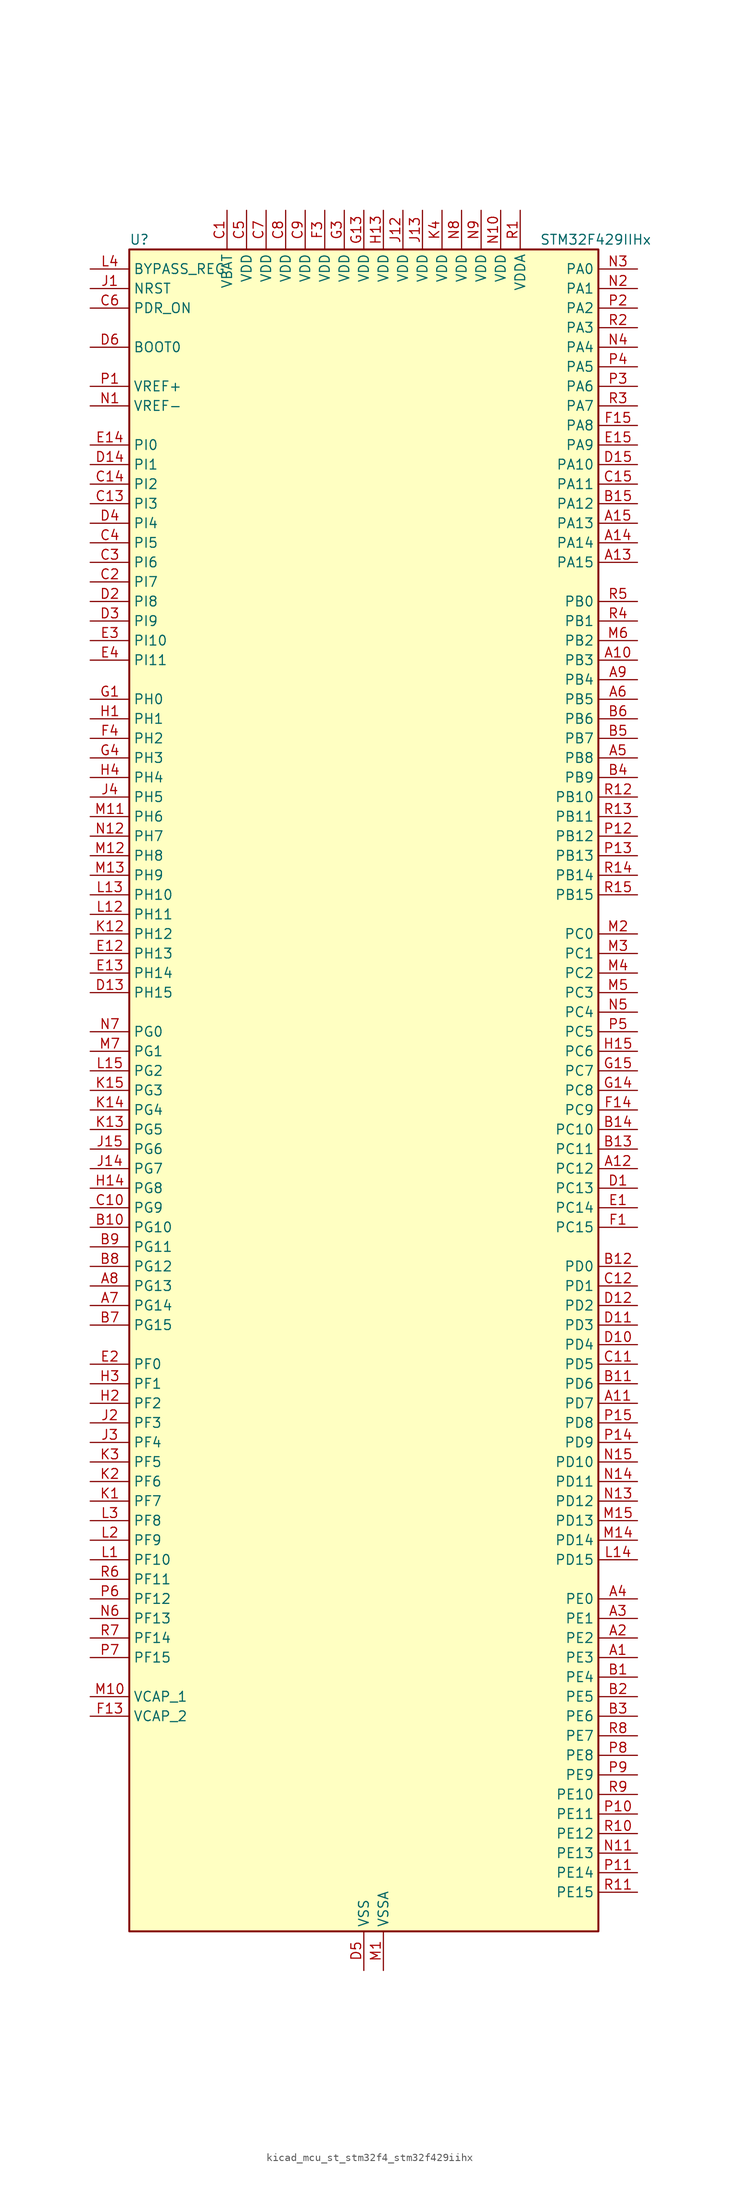
<source format=kicad_sym>
(kicad_symbol_lib
  (version 20220914)
  (generator kicad_symbol_editor)
  (symbol "kicad_mcu_st_stm32f4_stm32f429iihx"
    (property "Reference" "U"
      (at -30.48 110.49 0)
      (effects (font (size 1.27 1.27)) (justify left)))
    (property "Value" "STM32F429IIHx"
      (at 22.86 110.49 0)
      (effects (font (size 1.27 1.27)) (justify left)))
    (property "ki_locked" ""
      (at 0 0 0)
      (effects (font (size 1.27 1.27))))
    (symbol "kicad_mcu_st_stm32f4_stm32f429iihx_0_1"
      (rectangle (start -30.48 -109.22) (end 30.48 109.22) (stroke (width 0.254) (type default)) (fill (type background))))
    (symbol "kicad_mcu_st_stm32f4_stm32f429iihx_1_1"
      (pin bidirectional line (at 35.56 -73.66 180) (length 5.08) (name "PE3" (effects (font (size 1.27 1.27)))) (number "A1" (effects (font (size 1.27 1.27)))) (alternate "FMC_A19" bidirectional line) (alternate "SAI1_SD_B" bidirectional line) (alternate "SYS_TRACED0" bidirectional line))
      (pin bidirectional line (at 35.56 55.88 180) (length 5.08) (name "PB3" (effects (font (size 1.27 1.27)))) (number "A10" (effects (font (size 1.27 1.27)))) (alternate "I2S3_CK" bidirectional line) (alternate "SPI1_SCK" bidirectional line) (alternate "SPI3_SCK" bidirectional line) (alternate "SYS_JTDO-SWO" bidirectional line) (alternate "TIM2_CH2" bidirectional line))
      (pin bidirectional line (at 35.56 -40.64 180) (length 5.08) (name "PD7" (effects (font (size 1.27 1.27)))) (number "A11" (effects (font (size 1.27 1.27)))) (alternate "FMC_NCE2" bidirectional line) (alternate "FMC_NE1" bidirectional line) (alternate "USART2_CK" bidirectional line))
      (pin bidirectional line (at 35.56 -10.16 180) (length 5.08) (name "PC12" (effects (font (size 1.27 1.27)))) (number "A12" (effects (font (size 1.27 1.27)))) (alternate "DCMI_D9" bidirectional line) (alternate "I2S3_SD" bidirectional line) (alternate "SDIO_CK" bidirectional line) (alternate "SPI3_MOSI" bidirectional line) (alternate "UART5_TX" bidirectional line) (alternate "USART3_CK" bidirectional line))
      (pin bidirectional line (at 35.56 68.58 180) (length 5.08) (name "PA15" (effects (font (size 1.27 1.27)))) (number "A13" (effects (font (size 1.27 1.27)))) (alternate "ADC1_EXTI15" bidirectional line) (alternate "ADC2_EXTI15" bidirectional line) (alternate "ADC3_EXTI15" bidirectional line) (alternate "I2S3_WS" bidirectional line) (alternate "SPI1_NSS" bidirectional line) (alternate "SPI3_NSS" bidirectional line) (alternate "SYS_JTDI" bidirectional line) (alternate "TIM2_CH1" bidirectional line) (alternate "TIM2_ETR" bidirectional line))
      (pin bidirectional line (at 35.56 71.12 180) (length 5.08) (name "PA14" (effects (font (size 1.27 1.27)))) (number "A14" (effects (font (size 1.27 1.27)))) (alternate "SYS_JTCK-SWCLK" bidirectional line))
      (pin bidirectional line (at 35.56 73.66 180) (length 5.08) (name "PA13" (effects (font (size 1.27 1.27)))) (number "A15" (effects (font (size 1.27 1.27)))) (alternate "SYS_JTMS-SWDIO" bidirectional line))
      (pin bidirectional line (at 35.56 -71.12 180) (length 5.08) (name "PE2" (effects (font (size 1.27 1.27)))) (number "A2" (effects (font (size 1.27 1.27)))) (alternate "ETH_TXD3" bidirectional line) (alternate "FMC_A23" bidirectional line) (alternate "SAI1_MCLK_A" bidirectional line) (alternate "SPI4_SCK" bidirectional line) (alternate "SYS_TRACECLK" bidirectional line))
      (pin bidirectional line (at 35.56 -68.58 180) (length 5.08) (name "PE1" (effects (font (size 1.27 1.27)))) (number "A3" (effects (font (size 1.27 1.27)))) (alternate "DCMI_D3" bidirectional line) (alternate "FMC_NBL1" bidirectional line) (alternate "UART8_TX" bidirectional line))
      (pin bidirectional line (at 35.56 -66.04 180) (length 5.08) (name "PE0" (effects (font (size 1.27 1.27)))) (number "A4" (effects (font (size 1.27 1.27)))) (alternate "DCMI_D2" bidirectional line) (alternate "FMC_NBL0" bidirectional line) (alternate "TIM4_ETR" bidirectional line) (alternate "UART8_RX" bidirectional line))
      (pin bidirectional line (at 35.56 43.18 180) (length 5.08) (name "PB8" (effects (font (size 1.27 1.27)))) (number "A5" (effects (font (size 1.27 1.27)))) (alternate "CAN1_RX" bidirectional line) (alternate "DCMI_D6" bidirectional line) (alternate "ETH_TXD3" bidirectional line) (alternate "I2C1_SCL" bidirectional line) (alternate "LTDC_B6" bidirectional line) (alternate "SDIO_D4" bidirectional line) (alternate "TIM10_CH1" bidirectional line) (alternate "TIM4_CH3" bidirectional line))
      (pin bidirectional line (at 35.56 50.8 180) (length 5.08) (name "PB5" (effects (font (size 1.27 1.27)))) (number "A6" (effects (font (size 1.27 1.27)))) (alternate "CAN2_RX" bidirectional line) (alternate "DCMI_D10" bidirectional line) (alternate "ETH_PPS_OUT" bidirectional line) (alternate "FMC_SDCKE1" bidirectional line) (alternate "I2C1_SMBA" bidirectional line) (alternate "I2S3_SD" bidirectional line) (alternate "SPI1_MOSI" bidirectional line) (alternate "SPI3_MOSI" bidirectional line) (alternate "TIM3_CH2" bidirectional line) (alternate "USB_OTG_HS_ULPI_D7" bidirectional line))
      (pin bidirectional line (at -35.56 -27.94 0) (length 5.08) (name "PG14" (effects (font (size 1.27 1.27)))) (number "A7" (effects (font (size 1.27 1.27)))) (alternate "ETH_TXD1" bidirectional line) (alternate "FMC_A25" bidirectional line) (alternate "SPI6_MOSI" bidirectional line) (alternate "USART6_TX" bidirectional line))
      (pin bidirectional line (at -35.56 -25.4 0) (length 5.08) (name "PG13" (effects (font (size 1.27 1.27)))) (number "A8" (effects (font (size 1.27 1.27)))) (alternate "ETH_TXD0" bidirectional line) (alternate "FMC_A24" bidirectional line) (alternate "SPI6_SCK" bidirectional line) (alternate "USART6_CTS" bidirectional line))
      (pin bidirectional line (at 35.56 53.34 180) (length 5.08) (name "PB4" (effects (font (size 1.27 1.27)))) (number "A9" (effects (font (size 1.27 1.27)))) (alternate "I2S3_ext_SD" bidirectional line) (alternate "SPI1_MISO" bidirectional line) (alternate "SPI3_MISO" bidirectional line) (alternate "SYS_JTRST" bidirectional line) (alternate "TIM3_CH1" bidirectional line))
      (pin bidirectional line (at 35.56 -76.2 180) (length 5.08) (name "PE4" (effects (font (size 1.27 1.27)))) (number "B1" (effects (font (size 1.27 1.27)))) (alternate "DCMI_D4" bidirectional line) (alternate "FMC_A20" bidirectional line) (alternate "LTDC_B0" bidirectional line) (alternate "SAI1_FS_A" bidirectional line) (alternate "SPI4_NSS" bidirectional line) (alternate "SYS_TRACED1" bidirectional line))
      (pin bidirectional line (at -35.56 -17.78 0) (length 5.08) (name "PG10" (effects (font (size 1.27 1.27)))) (number "B10" (effects (font (size 1.27 1.27)))) (alternate "DCMI_D2" bidirectional line) (alternate "FMC_NCE4_1" bidirectional line) (alternate "FMC_NE3" bidirectional line) (alternate "LTDC_B2" bidirectional line) (alternate "LTDC_G3" bidirectional line))
      (pin bidirectional line (at 35.56 -38.1 180) (length 5.08) (name "PD6" (effects (font (size 1.27 1.27)))) (number "B11" (effects (font (size 1.27 1.27)))) (alternate "DCMI_D10" bidirectional line) (alternate "FMC_NWAIT" bidirectional line) (alternate "I2S3_SD" bidirectional line) (alternate "LTDC_B2" bidirectional line) (alternate "SAI1_SD_A" bidirectional line) (alternate "SPI3_MOSI" bidirectional line) (alternate "USART2_RX" bidirectional line))
      (pin bidirectional line (at 35.56 -22.86 180) (length 5.08) (name "PD0" (effects (font (size 1.27 1.27)))) (number "B12" (effects (font (size 1.27 1.27)))) (alternate "CAN1_RX" bidirectional line) (alternate "FMC_D2" bidirectional line) (alternate "FMC_DA2" bidirectional line))
      (pin bidirectional line (at 35.56 -7.62 180) (length 5.08) (name "PC11" (effects (font (size 1.27 1.27)))) (number "B13" (effects (font (size 1.27 1.27)))) (alternate "ADC1_EXTI11" bidirectional line) (alternate "ADC2_EXTI11" bidirectional line) (alternate "ADC3_EXTI11" bidirectional line) (alternate "DCMI_D4" bidirectional line) (alternate "I2S3_ext_SD" bidirectional line) (alternate "SDIO_D3" bidirectional line) (alternate "SPI3_MISO" bidirectional line) (alternate "UART4_RX" bidirectional line) (alternate "USART3_RX" bidirectional line))
      (pin bidirectional line (at 35.56 -5.08 180) (length 5.08) (name "PC10" (effects (font (size 1.27 1.27)))) (number "B14" (effects (font (size 1.27 1.27)))) (alternate "DCMI_D8" bidirectional line) (alternate "I2S3_CK" bidirectional line) (alternate "LTDC_R2" bidirectional line) (alternate "SDIO_D2" bidirectional line) (alternate "SPI3_SCK" bidirectional line) (alternate "UART4_TX" bidirectional line) (alternate "USART3_TX" bidirectional line))
      (pin bidirectional line (at 35.56 76.2 180) (length 5.08) (name "PA12" (effects (font (size 1.27 1.27)))) (number "B15" (effects (font (size 1.27 1.27)))) (alternate "CAN1_TX" bidirectional line) (alternate "LTDC_R5" bidirectional line) (alternate "TIM1_ETR" bidirectional line) (alternate "USART1_RTS" bidirectional line) (alternate "USB_OTG_FS_DP" bidirectional line))
      (pin bidirectional line (at 35.56 -78.74 180) (length 5.08) (name "PE5" (effects (font (size 1.27 1.27)))) (number "B2" (effects (font (size 1.27 1.27)))) (alternate "DCMI_D6" bidirectional line) (alternate "FMC_A21" bidirectional line) (alternate "LTDC_G0" bidirectional line) (alternate "SAI1_SCK_A" bidirectional line) (alternate "SPI4_MISO" bidirectional line) (alternate "SYS_TRACED2" bidirectional line) (alternate "TIM9_CH1" bidirectional line))
      (pin bidirectional line (at 35.56 -81.28 180) (length 5.08) (name "PE6" (effects (font (size 1.27 1.27)))) (number "B3" (effects (font (size 1.27 1.27)))) (alternate "DCMI_D7" bidirectional line) (alternate "FMC_A22" bidirectional line) (alternate "LTDC_G1" bidirectional line) (alternate "SAI1_SD_A" bidirectional line) (alternate "SPI4_MOSI" bidirectional line) (alternate "SYS_TRACED3" bidirectional line) (alternate "TIM9_CH2" bidirectional line))
      (pin bidirectional line (at 35.56 40.64 180) (length 5.08) (name "PB9" (effects (font (size 1.27 1.27)))) (number "B4" (effects (font (size 1.27 1.27)))) (alternate "CAN1_TX" bidirectional line) (alternate "DAC_EXTI9" bidirectional line) (alternate "DCMI_D7" bidirectional line) (alternate "I2C1_SDA" bidirectional line) (alternate "I2S2_WS" bidirectional line) (alternate "LTDC_B7" bidirectional line) (alternate "SDIO_D5" bidirectional line) (alternate "SPI2_NSS" bidirectional line) (alternate "TIM11_CH1" bidirectional line) (alternate "TIM4_CH4" bidirectional line))
      (pin bidirectional line (at 35.56 45.72 180) (length 5.08) (name "PB7" (effects (font (size 1.27 1.27)))) (number "B5" (effects (font (size 1.27 1.27)))) (alternate "DCMI_VSYNC" bidirectional line) (alternate "FMC_NL" bidirectional line) (alternate "I2C1_SDA" bidirectional line) (alternate "TIM4_CH2" bidirectional line) (alternate "USART1_RX" bidirectional line))
      (pin bidirectional line (at 35.56 48.26 180) (length 5.08) (name "PB6" (effects (font (size 1.27 1.27)))) (number "B6" (effects (font (size 1.27 1.27)))) (alternate "CAN2_TX" bidirectional line) (alternate "DCMI_D5" bidirectional line) (alternate "FMC_SDNE1" bidirectional line) (alternate "I2C1_SCL" bidirectional line) (alternate "TIM4_CH1" bidirectional line) (alternate "USART1_TX" bidirectional line))
      (pin bidirectional line (at -35.56 -30.48 0) (length 5.08) (name "PG15" (effects (font (size 1.27 1.27)))) (number "B7" (effects (font (size 1.27 1.27)))) (alternate "ADC1_EXTI15" bidirectional line) (alternate "ADC2_EXTI15" bidirectional line) (alternate "ADC3_EXTI15" bidirectional line) (alternate "DCMI_D13" bidirectional line) (alternate "FMC_SDNCAS" bidirectional line) (alternate "USART6_CTS" bidirectional line))
      (pin bidirectional line (at -35.56 -22.86 0) (length 5.08) (name "PG12" (effects (font (size 1.27 1.27)))) (number "B8" (effects (font (size 1.27 1.27)))) (alternate "FMC_NE4" bidirectional line) (alternate "LTDC_B1" bidirectional line) (alternate "LTDC_B4" bidirectional line) (alternate "SPI6_MISO" bidirectional line) (alternate "USART6_RTS" bidirectional line))
      (pin bidirectional line (at -35.56 -20.32 0) (length 5.08) (name "PG11" (effects (font (size 1.27 1.27)))) (number "B9" (effects (font (size 1.27 1.27)))) (alternate "ADC1_EXTI11" bidirectional line) (alternate "ADC2_EXTI11" bidirectional line) (alternate "ADC3_EXTI11" bidirectional line) (alternate "DCMI_D3" bidirectional line) (alternate "ETH_TX_EN" bidirectional line) (alternate "FMC_NCE4_2" bidirectional line) (alternate "LTDC_B3" bidirectional line))
      (pin power_in line (at -17.78 114.3 270) (length 5.08) (name "VBAT" (effects (font (size 1.27 1.27)))) (number "C1" (effects (font (size 1.27 1.27)))))
      (pin bidirectional line (at -35.56 -15.24 0) (length 5.08) (name "PG9" (effects (font (size 1.27 1.27)))) (number "C10" (effects (font (size 1.27 1.27)))) (alternate "DAC_EXTI9" bidirectional line) (alternate "DCMI_VSYNC" bidirectional line) (alternate "FMC_NCE3" bidirectional line) (alternate "FMC_NE2" bidirectional line) (alternate "USART6_RX" bidirectional line))
      (pin bidirectional line (at 35.56 -35.56 180) (length 5.08) (name "PD5" (effects (font (size 1.27 1.27)))) (number "C11" (effects (font (size 1.27 1.27)))) (alternate "FMC_NWE" bidirectional line) (alternate "USART2_TX" bidirectional line))
      (pin bidirectional line (at 35.56 -25.4 180) (length 5.08) (name "PD1" (effects (font (size 1.27 1.27)))) (number "C12" (effects (font (size 1.27 1.27)))) (alternate "CAN1_TX" bidirectional line) (alternate "FMC_D3" bidirectional line) (alternate "FMC_DA3" bidirectional line))
      (pin bidirectional line (at -35.56 76.2 0) (length 5.08) (name "PI3" (effects (font (size 1.27 1.27)))) (number "C13" (effects (font (size 1.27 1.27)))) (alternate "DCMI_D10" bidirectional line) (alternate "FMC_D27" bidirectional line) (alternate "I2S2_SD" bidirectional line) (alternate "SPI2_MOSI" bidirectional line) (alternate "TIM8_ETR" bidirectional line))
      (pin bidirectional line (at -35.56 78.74 0) (length 5.08) (name "PI2" (effects (font (size 1.27 1.27)))) (number "C14" (effects (font (size 1.27 1.27)))) (alternate "DCMI_D9" bidirectional line) (alternate "FMC_D26" bidirectional line) (alternate "I2S2_ext_SD" bidirectional line) (alternate "LTDC_G7" bidirectional line) (alternate "SPI2_MISO" bidirectional line) (alternate "TIM8_CH4" bidirectional line))
      (pin bidirectional line (at 35.56 78.74 180) (length 5.08) (name "PA11" (effects (font (size 1.27 1.27)))) (number "C15" (effects (font (size 1.27 1.27)))) (alternate "ADC1_EXTI11" bidirectional line) (alternate "ADC2_EXTI11" bidirectional line) (alternate "ADC3_EXTI11" bidirectional line) (alternate "CAN1_RX" bidirectional line) (alternate "LTDC_R4" bidirectional line) (alternate "TIM1_CH4" bidirectional line) (alternate "USART1_CTS" bidirectional line) (alternate "USB_OTG_FS_DM" bidirectional line))
      (pin bidirectional line (at -35.56 66.04 0) (length 5.08) (name "PI7" (effects (font (size 1.27 1.27)))) (number "C2" (effects (font (size 1.27 1.27)))) (alternate "DCMI_D7" bidirectional line) (alternate "FMC_D29" bidirectional line) (alternate "LTDC_B7" bidirectional line) (alternate "TIM8_CH3" bidirectional line))
      (pin bidirectional line (at -35.56 68.58 0) (length 5.08) (name "PI6" (effects (font (size 1.27 1.27)))) (number "C3" (effects (font (size 1.27 1.27)))) (alternate "DCMI_D6" bidirectional line) (alternate "FMC_D28" bidirectional line) (alternate "LTDC_B6" bidirectional line) (alternate "TIM8_CH2" bidirectional line))
      (pin bidirectional line (at -35.56 71.12 0) (length 5.08) (name "PI5" (effects (font (size 1.27 1.27)))) (number "C4" (effects (font (size 1.27 1.27)))) (alternate "DCMI_VSYNC" bidirectional line) (alternate "FMC_NBL3" bidirectional line) (alternate "LTDC_B5" bidirectional line) (alternate "TIM8_CH1" bidirectional line))
      (pin power_in line (at -15.24 114.3 270) (length 5.08) (name "VDD" (effects (font (size 1.27 1.27)))) (number "C5" (effects (font (size 1.27 1.27)))))
      (pin input line (at -35.56 101.6 0) (length 5.08) (name "PDR_ON" (effects (font (size 1.27 1.27)))) (number "C6" (effects (font (size 1.27 1.27)))))
      (pin power_in line (at -12.7 114.3 270) (length 5.08) (name "VDD" (effects (font (size 1.27 1.27)))) (number "C7" (effects (font (size 1.27 1.27)))))
      (pin power_in line (at -10.16 114.3 270) (length 5.08) (name "VDD" (effects (font (size 1.27 1.27)))) (number "C8" (effects (font (size 1.27 1.27)))))
      (pin power_in line (at -7.62 114.3 270) (length 5.08) (name "VDD" (effects (font (size 1.27 1.27)))) (number "C9" (effects (font (size 1.27 1.27)))))
      (pin bidirectional line (at 35.56 -12.7 180) (length 5.08) (name "PC13" (effects (font (size 1.27 1.27)))) (number "D1" (effects (font (size 1.27 1.27)))) (alternate "RTC_AF1" bidirectional line))
      (pin bidirectional line (at 35.56 -33.02 180) (length 5.08) (name "PD4" (effects (font (size 1.27 1.27)))) (number "D10" (effects (font (size 1.27 1.27)))) (alternate "FMC_NOE" bidirectional line) (alternate "USART2_RTS" bidirectional line))
      (pin bidirectional line (at 35.56 -30.48 180) (length 5.08) (name "PD3" (effects (font (size 1.27 1.27)))) (number "D11" (effects (font (size 1.27 1.27)))) (alternate "DCMI_D5" bidirectional line) (alternate "FMC_CLK" bidirectional line) (alternate "I2S2_CK" bidirectional line) (alternate "LTDC_G7" bidirectional line) (alternate "SPI2_SCK" bidirectional line) (alternate "USART2_CTS" bidirectional line))
      (pin bidirectional line (at 35.56 -27.94 180) (length 5.08) (name "PD2" (effects (font (size 1.27 1.27)))) (number "D12" (effects (font (size 1.27 1.27)))) (alternate "DCMI_D11" bidirectional line) (alternate "SDIO_CMD" bidirectional line) (alternate "TIM3_ETR" bidirectional line) (alternate "UART5_RX" bidirectional line))
      (pin bidirectional line (at -35.56 12.7 0) (length 5.08) (name "PH15" (effects (font (size 1.27 1.27)))) (number "D13" (effects (font (size 1.27 1.27)))) (alternate "ADC1_EXTI15" bidirectional line) (alternate "ADC2_EXTI15" bidirectional line) (alternate "ADC3_EXTI15" bidirectional line) (alternate "DCMI_D11" bidirectional line) (alternate "FMC_D23" bidirectional line) (alternate "LTDC_G4" bidirectional line) (alternate "TIM8_CH3N" bidirectional line))
      (pin bidirectional line (at -35.56 81.28 0) (length 5.08) (name "PI1" (effects (font (size 1.27 1.27)))) (number "D14" (effects (font (size 1.27 1.27)))) (alternate "DCMI_D8" bidirectional line) (alternate "FMC_D25" bidirectional line) (alternate "I2S2_CK" bidirectional line) (alternate "LTDC_G6" bidirectional line) (alternate "SPI2_SCK" bidirectional line))
      (pin bidirectional line (at 35.56 81.28 180) (length 5.08) (name "PA10" (effects (font (size 1.27 1.27)))) (number "D15" (effects (font (size 1.27 1.27)))) (alternate "DCMI_D1" bidirectional line) (alternate "TIM1_CH3" bidirectional line) (alternate "USART1_RX" bidirectional line) (alternate "USB_OTG_FS_ID" bidirectional line))
      (pin bidirectional line (at -35.56 63.5 0) (length 5.08) (name "PI8" (effects (font (size 1.27 1.27)))) (number "D2" (effects (font (size 1.27 1.27)))) (alternate "RTC_AF2" bidirectional line))
      (pin bidirectional line (at -35.56 60.96 0) (length 5.08) (name "PI9" (effects (font (size 1.27 1.27)))) (number "D3" (effects (font (size 1.27 1.27)))) (alternate "CAN1_RX" bidirectional line) (alternate "DAC_EXTI9" bidirectional line) (alternate "FMC_D30" bidirectional line) (alternate "LTDC_VSYNC" bidirectional line))
      (pin bidirectional line (at -35.56 73.66 0) (length 5.08) (name "PI4" (effects (font (size 1.27 1.27)))) (number "D4" (effects (font (size 1.27 1.27)))) (alternate "DCMI_D5" bidirectional line) (alternate "FMC_NBL2" bidirectional line) (alternate "LTDC_B4" bidirectional line) (alternate "TIM8_BKIN" bidirectional line))
      (pin power_in line (at 0 -114.3 90) (length 5.08) (name "VSS" (effects (font (size 1.27 1.27)))) (number "D5" (effects (font (size 1.27 1.27)))))
      (pin input line (at -35.56 96.52 0) (length 5.08) (name "BOOT0" (effects (font (size 1.27 1.27)))) (number "D6" (effects (font (size 1.27 1.27)))))
      (pin passive line (at 0 -114.3 90) (length 5.08) hide (name "VSS" (effects (font (size 1.27 1.27)))) (number "D7" (effects (font (size 1.27 1.27)))))
      (pin passive line (at 0 -114.3 90) (length 5.08) hide (name "VSS" (effects (font (size 1.27 1.27)))) (number "D8" (effects (font (size 1.27 1.27)))))
      (pin passive line (at 0 -114.3 90) (length 5.08) hide (name "VSS" (effects (font (size 1.27 1.27)))) (number "D9" (effects (font (size 1.27 1.27)))))
      (pin bidirectional line (at 35.56 -15.24 180) (length 5.08) (name "PC14" (effects (font (size 1.27 1.27)))) (number "E1" (effects (font (size 1.27 1.27)))) (alternate "RCC_OSC32_IN" bidirectional line))
      (pin bidirectional line (at -35.56 17.78 0) (length 5.08) (name "PH13" (effects (font (size 1.27 1.27)))) (number "E12" (effects (font (size 1.27 1.27)))) (alternate "CAN1_TX" bidirectional line) (alternate "FMC_D21" bidirectional line) (alternate "LTDC_G2" bidirectional line) (alternate "TIM8_CH1N" bidirectional line))
      (pin bidirectional line (at -35.56 15.24 0) (length 5.08) (name "PH14" (effects (font (size 1.27 1.27)))) (number "E13" (effects (font (size 1.27 1.27)))) (alternate "DCMI_D4" bidirectional line) (alternate "FMC_D22" bidirectional line) (alternate "LTDC_G3" bidirectional line) (alternate "TIM8_CH2N" bidirectional line))
      (pin bidirectional line (at -35.56 83.82 0) (length 5.08) (name "PI0" (effects (font (size 1.27 1.27)))) (number "E14" (effects (font (size 1.27 1.27)))) (alternate "DCMI_D13" bidirectional line) (alternate "FMC_D24" bidirectional line) (alternate "I2S2_WS" bidirectional line) (alternate "LTDC_G5" bidirectional line) (alternate "SPI2_NSS" bidirectional line) (alternate "TIM5_CH4" bidirectional line))
      (pin bidirectional line (at 35.56 83.82 180) (length 5.08) (name "PA9" (effects (font (size 1.27 1.27)))) (number "E15" (effects (font (size 1.27 1.27)))) (alternate "DAC_EXTI9" bidirectional line) (alternate "DCMI_D0" bidirectional line) (alternate "I2C3_SMBA" bidirectional line) (alternate "TIM1_CH2" bidirectional line) (alternate "USART1_TX" bidirectional line) (alternate "USB_OTG_FS_VBUS" bidirectional line))
      (pin bidirectional line (at -35.56 -35.56 0) (length 5.08) (name "PF0" (effects (font (size 1.27 1.27)))) (number "E2" (effects (font (size 1.27 1.27)))) (alternate "FMC_A0" bidirectional line) (alternate "I2C2_SDA" bidirectional line))
      (pin bidirectional line (at -35.56 58.42 0) (length 5.08) (name "PI10" (effects (font (size 1.27 1.27)))) (number "E3" (effects (font (size 1.27 1.27)))) (alternate "ETH_RX_ER" bidirectional line) (alternate "FMC_D31" bidirectional line) (alternate "LTDC_HSYNC" bidirectional line))
      (pin bidirectional line (at -35.56 55.88 0) (length 5.08) (name "PI11" (effects (font (size 1.27 1.27)))) (number "E4" (effects (font (size 1.27 1.27)))) (alternate "ADC1_EXTI11" bidirectional line) (alternate "ADC2_EXTI11" bidirectional line) (alternate "ADC3_EXTI11" bidirectional line) (alternate "USB_OTG_HS_ULPI_DIR" bidirectional line))
      (pin bidirectional line (at 35.56 -17.78 180) (length 5.08) (name "PC15" (effects (font (size 1.27 1.27)))) (number "F1" (effects (font (size 1.27 1.27)))) (alternate "ADC1_EXTI15" bidirectional line) (alternate "ADC2_EXTI15" bidirectional line) (alternate "ADC3_EXTI15" bidirectional line) (alternate "RCC_OSC32_OUT" bidirectional line))
      (pin passive line (at 0 -114.3 90) (length 5.08) hide (name "VSS" (effects (font (size 1.27 1.27)))) (number "F10" (effects (font (size 1.27 1.27)))))
      (pin passive line (at 0 -114.3 90) (length 5.08) hide (name "VSS" (effects (font (size 1.27 1.27)))) (number "F12" (effects (font (size 1.27 1.27)))))
      (pin power_out line (at -35.56 -81.28 0) (length 5.08) (name "VCAP_2" (effects (font (size 1.27 1.27)))) (number "F13" (effects (font (size 1.27 1.27)))))
      (pin bidirectional line (at 35.56 -2.54 180) (length 5.08) (name "PC9" (effects (font (size 1.27 1.27)))) (number "F14" (effects (font (size 1.27 1.27)))) (alternate "DAC_EXTI9" bidirectional line) (alternate "DCMI_D3" bidirectional line) (alternate "I2C3_SDA" bidirectional line) (alternate "I2S_CKIN" bidirectional line) (alternate "RCC_MCO_2" bidirectional line) (alternate "SDIO_D1" bidirectional line) (alternate "TIM3_CH4" bidirectional line) (alternate "TIM8_CH4" bidirectional line))
      (pin bidirectional line (at 35.56 86.36 180) (length 5.08) (name "PA8" (effects (font (size 1.27 1.27)))) (number "F15" (effects (font (size 1.27 1.27)))) (alternate "I2C3_SCL" bidirectional line) (alternate "LTDC_R6" bidirectional line) (alternate "RCC_MCO_1" bidirectional line) (alternate "TIM1_CH1" bidirectional line) (alternate "USART1_CK" bidirectional line) (alternate "USB_OTG_FS_SOF" bidirectional line))
      (pin passive line (at 0 -114.3 90) (length 5.08) hide (name "VSS" (effects (font (size 1.27 1.27)))) (number "F2" (effects (font (size 1.27 1.27)))))
      (pin power_in line (at -5.08 114.3 270) (length 5.08) (name "VDD" (effects (font (size 1.27 1.27)))) (number "F3" (effects (font (size 1.27 1.27)))))
      (pin bidirectional line (at -35.56 45.72 0) (length 5.08) (name "PH2" (effects (font (size 1.27 1.27)))) (number "F4" (effects (font (size 1.27 1.27)))) (alternate "ETH_CRS" bidirectional line) (alternate "FMC_SDCKE0" bidirectional line) (alternate "LTDC_R0" bidirectional line))
      (pin passive line (at 0 -114.3 90) (length 5.08) hide (name "VSS" (effects (font (size 1.27 1.27)))) (number "F6" (effects (font (size 1.27 1.27)))))
      (pin passive line (at 0 -114.3 90) (length 5.08) hide (name "VSS" (effects (font (size 1.27 1.27)))) (number "F7" (effects (font (size 1.27 1.27)))))
      (pin passive line (at 0 -114.3 90) (length 5.08) hide (name "VSS" (effects (font (size 1.27 1.27)))) (number "F8" (effects (font (size 1.27 1.27)))))
      (pin passive line (at 0 -114.3 90) (length 5.08) hide (name "VSS" (effects (font (size 1.27 1.27)))) (number "F9" (effects (font (size 1.27 1.27)))))
      (pin bidirectional line (at -35.56 50.8 0) (length 5.08) (name "PH0" (effects (font (size 1.27 1.27)))) (number "G1" (effects (font (size 1.27 1.27)))) (alternate "RCC_OSC_IN" bidirectional line))
      (pin passive line (at 0 -114.3 90) (length 5.08) hide (name "VSS" (effects (font (size 1.27 1.27)))) (number "G10" (effects (font (size 1.27 1.27)))))
      (pin passive line (at 0 -114.3 90) (length 5.08) hide (name "VSS" (effects (font (size 1.27 1.27)))) (number "G12" (effects (font (size 1.27 1.27)))))
      (pin power_in line (at 0 114.3 270) (length 5.08) (name "VDD" (effects (font (size 1.27 1.27)))) (number "G13" (effects (font (size 1.27 1.27)))))
      (pin bidirectional line (at 35.56 0 180) (length 5.08) (name "PC8" (effects (font (size 1.27 1.27)))) (number "G14" (effects (font (size 1.27 1.27)))) (alternate "DCMI_D2" bidirectional line) (alternate "SDIO_D0" bidirectional line) (alternate "TIM3_CH3" bidirectional line) (alternate "TIM8_CH3" bidirectional line) (alternate "USART6_CK" bidirectional line))
      (pin bidirectional line (at 35.56 2.54 180) (length 5.08) (name "PC7" (effects (font (size 1.27 1.27)))) (number "G15" (effects (font (size 1.27 1.27)))) (alternate "DCMI_D1" bidirectional line) (alternate "I2S3_MCK" bidirectional line) (alternate "LTDC_G6" bidirectional line) (alternate "SDIO_D7" bidirectional line) (alternate "TIM3_CH2" bidirectional line) (alternate "TIM8_CH2" bidirectional line) (alternate "USART6_RX" bidirectional line))
      (pin passive line (at 0 -114.3 90) (length 5.08) hide (name "VSS" (effects (font (size 1.27 1.27)))) (number "G2" (effects (font (size 1.27 1.27)))))
      (pin power_in line (at -2.54 114.3 270) (length 5.08) (name "VDD" (effects (font (size 1.27 1.27)))) (number "G3" (effects (font (size 1.27 1.27)))))
      (pin bidirectional line (at -35.56 43.18 0) (length 5.08) (name "PH3" (effects (font (size 1.27 1.27)))) (number "G4" (effects (font (size 1.27 1.27)))) (alternate "ETH_COL" bidirectional line) (alternate "FMC_SDNE0" bidirectional line) (alternate "LTDC_R1" bidirectional line))
      (pin passive line (at 0 -114.3 90) (length 5.08) hide (name "VSS" (effects (font (size 1.27 1.27)))) (number "G6" (effects (font (size 1.27 1.27)))))
      (pin passive line (at 0 -114.3 90) (length 5.08) hide (name "VSS" (effects (font (size 1.27 1.27)))) (number "G7" (effects (font (size 1.27 1.27)))))
      (pin passive line (at 0 -114.3 90) (length 5.08) hide (name "VSS" (effects (font (size 1.27 1.27)))) (number "G8" (effects (font (size 1.27 1.27)))))
      (pin passive line (at 0 -114.3 90) (length 5.08) hide (name "VSS" (effects (font (size 1.27 1.27)))) (number "G9" (effects (font (size 1.27 1.27)))))
      (pin bidirectional line (at -35.56 48.26 0) (length 5.08) (name "PH1" (effects (font (size 1.27 1.27)))) (number "H1" (effects (font (size 1.27 1.27)))) (alternate "RCC_OSC_OUT" bidirectional line))
      (pin passive line (at 0 -114.3 90) (length 5.08) hide (name "VSS" (effects (font (size 1.27 1.27)))) (number "H10" (effects (font (size 1.27 1.27)))))
      (pin passive line (at 0 -114.3 90) (length 5.08) hide (name "VSS" (effects (font (size 1.27 1.27)))) (number "H12" (effects (font (size 1.27 1.27)))))
      (pin power_in line (at 2.54 114.3 270) (length 5.08) (name "VDD" (effects (font (size 1.27 1.27)))) (number "H13" (effects (font (size 1.27 1.27)))))
      (pin bidirectional line (at -35.56 -12.7 0) (length 5.08) (name "PG8" (effects (font (size 1.27 1.27)))) (number "H14" (effects (font (size 1.27 1.27)))) (alternate "ETH_PPS_OUT" bidirectional line) (alternate "FMC_SDCLK" bidirectional line) (alternate "SPI6_NSS" bidirectional line) (alternate "USART6_RTS" bidirectional line))
      (pin bidirectional line (at 35.56 5.08 180) (length 5.08) (name "PC6" (effects (font (size 1.27 1.27)))) (number "H15" (effects (font (size 1.27 1.27)))) (alternate "DCMI_D0" bidirectional line) (alternate "I2S2_MCK" bidirectional line) (alternate "LTDC_HSYNC" bidirectional line) (alternate "SDIO_D6" bidirectional line) (alternate "TIM3_CH1" bidirectional line) (alternate "TIM8_CH1" bidirectional line) (alternate "USART6_TX" bidirectional line))
      (pin bidirectional line (at -35.56 -40.64 0) (length 5.08) (name "PF2" (effects (font (size 1.27 1.27)))) (number "H2" (effects (font (size 1.27 1.27)))) (alternate "FMC_A2" bidirectional line) (alternate "I2C2_SMBA" bidirectional line))
      (pin bidirectional line (at -35.56 -38.1 0) (length 5.08) (name "PF1" (effects (font (size 1.27 1.27)))) (number "H3" (effects (font (size 1.27 1.27)))) (alternate "FMC_A1" bidirectional line) (alternate "I2C2_SCL" bidirectional line))
      (pin bidirectional line (at -35.56 40.64 0) (length 5.08) (name "PH4" (effects (font (size 1.27 1.27)))) (number "H4" (effects (font (size 1.27 1.27)))) (alternate "I2C2_SCL" bidirectional line) (alternate "USB_OTG_HS_ULPI_NXT" bidirectional line))
      (pin passive line (at 0 -114.3 90) (length 5.08) hide (name "VSS" (effects (font (size 1.27 1.27)))) (number "H6" (effects (font (size 1.27 1.27)))))
      (pin passive line (at 0 -114.3 90) (length 5.08) hide (name "VSS" (effects (font (size 1.27 1.27)))) (number "H7" (effects (font (size 1.27 1.27)))))
      (pin passive line (at 0 -114.3 90) (length 5.08) hide (name "VSS" (effects (font (size 1.27 1.27)))) (number "H8" (effects (font (size 1.27 1.27)))))
      (pin passive line (at 0 -114.3 90) (length 5.08) hide (name "VSS" (effects (font (size 1.27 1.27)))) (number "H9" (effects (font (size 1.27 1.27)))))
      (pin input line (at -35.56 104.14 0) (length 5.08) (name "NRST" (effects (font (size 1.27 1.27)))) (number "J1" (effects (font (size 1.27 1.27)))))
      (pin passive line (at 0 -114.3 90) (length 5.08) hide (name "VSS" (effects (font (size 1.27 1.27)))) (number "J10" (effects (font (size 1.27 1.27)))))
      (pin power_in line (at 5.08 114.3 270) (length 5.08) (name "VDD" (effects (font (size 1.27 1.27)))) (number "J12" (effects (font (size 1.27 1.27)))))
      (pin power_in line (at 7.62 114.3 270) (length 5.08) (name "VDD" (effects (font (size 1.27 1.27)))) (number "J13" (effects (font (size 1.27 1.27)))))
      (pin bidirectional line (at -35.56 -10.16 0) (length 5.08) (name "PG7" (effects (font (size 1.27 1.27)))) (number "J14" (effects (font (size 1.27 1.27)))) (alternate "DCMI_D13" bidirectional line) (alternate "FMC_INT3" bidirectional line) (alternate "LTDC_CLK" bidirectional line) (alternate "USART6_CK" bidirectional line))
      (pin bidirectional line (at -35.56 -7.62 0) (length 5.08) (name "PG6" (effects (font (size 1.27 1.27)))) (number "J15" (effects (font (size 1.27 1.27)))) (alternate "DCMI_D12" bidirectional line) (alternate "FMC_INT2" bidirectional line) (alternate "LTDC_R7" bidirectional line))
      (pin bidirectional line (at -35.56 -43.18 0) (length 5.08) (name "PF3" (effects (font (size 1.27 1.27)))) (number "J2" (effects (font (size 1.27 1.27)))) (alternate "ADC3_IN9" bidirectional line) (alternate "FMC_A3" bidirectional line))
      (pin bidirectional line (at -35.56 -45.72 0) (length 5.08) (name "PF4" (effects (font (size 1.27 1.27)))) (number "J3" (effects (font (size 1.27 1.27)))) (alternate "ADC3_IN14" bidirectional line) (alternate "FMC_A4" bidirectional line))
      (pin bidirectional line (at -35.56 38.1 0) (length 5.08) (name "PH5" (effects (font (size 1.27 1.27)))) (number "J4" (effects (font (size 1.27 1.27)))) (alternate "FMC_SDNWE" bidirectional line) (alternate "I2C2_SDA" bidirectional line) (alternate "SPI5_NSS" bidirectional line))
      (pin passive line (at 0 -114.3 90) (length 5.08) hide (name "VSS" (effects (font (size 1.27 1.27)))) (number "J6" (effects (font (size 1.27 1.27)))))
      (pin passive line (at 0 -114.3 90) (length 5.08) hide (name "VSS" (effects (font (size 1.27 1.27)))) (number "J7" (effects (font (size 1.27 1.27)))))
      (pin passive line (at 0 -114.3 90) (length 5.08) hide (name "VSS" (effects (font (size 1.27 1.27)))) (number "J8" (effects (font (size 1.27 1.27)))))
      (pin passive line (at 0 -114.3 90) (length 5.08) hide (name "VSS" (effects (font (size 1.27 1.27)))) (number "J9" (effects (font (size 1.27 1.27)))))
      (pin bidirectional line (at -35.56 -53.34 0) (length 5.08) (name "PF7" (effects (font (size 1.27 1.27)))) (number "K1" (effects (font (size 1.27 1.27)))) (alternate "ADC3_IN5" bidirectional line) (alternate "FMC_NREG" bidirectional line) (alternate "SAI1_MCLK_B" bidirectional line) (alternate "SPI5_SCK" bidirectional line) (alternate "TIM11_CH1" bidirectional line) (alternate "UART7_TX" bidirectional line))
      (pin passive line (at 0 -114.3 90) (length 5.08) hide (name "VSS" (effects (font (size 1.27 1.27)))) (number "K10" (effects (font (size 1.27 1.27)))))
      (pin bidirectional line (at -35.56 20.32 0) (length 5.08) (name "PH12" (effects (font (size 1.27 1.27)))) (number "K12" (effects (font (size 1.27 1.27)))) (alternate "DCMI_D3" bidirectional line) (alternate "FMC_D20" bidirectional line) (alternate "LTDC_R6" bidirectional line) (alternate "TIM5_CH3" bidirectional line))
      (pin bidirectional line (at -35.56 -5.08 0) (length 5.08) (name "PG5" (effects (font (size 1.27 1.27)))) (number "K13" (effects (font (size 1.27 1.27)))) (alternate "FMC_A15" bidirectional line) (alternate "FMC_BA1" bidirectional line))
      (pin bidirectional line (at -35.56 -2.54 0) (length 5.08) (name "PG4" (effects (font (size 1.27 1.27)))) (number "K14" (effects (font (size 1.27 1.27)))) (alternate "FMC_A14" bidirectional line) (alternate "FMC_BA0" bidirectional line))
      (pin bidirectional line (at -35.56 0 0) (length 5.08) (name "PG3" (effects (font (size 1.27 1.27)))) (number "K15" (effects (font (size 1.27 1.27)))) (alternate "FMC_A13" bidirectional line))
      (pin bidirectional line (at -35.56 -50.8 0) (length 5.08) (name "PF6" (effects (font (size 1.27 1.27)))) (number "K2" (effects (font (size 1.27 1.27)))) (alternate "ADC3_IN4" bidirectional line) (alternate "FMC_NIORD" bidirectional line) (alternate "SAI1_SD_B" bidirectional line) (alternate "SPI5_NSS" bidirectional line) (alternate "TIM10_CH1" bidirectional line) (alternate "UART7_RX" bidirectional line))
      (pin bidirectional line (at -35.56 -48.26 0) (length 5.08) (name "PF5" (effects (font (size 1.27 1.27)))) (number "K3" (effects (font (size 1.27 1.27)))) (alternate "ADC3_IN15" bidirectional line) (alternate "FMC_A5" bidirectional line))
      (pin power_in line (at 10.16 114.3 270) (length 5.08) (name "VDD" (effects (font (size 1.27 1.27)))) (number "K4" (effects (font (size 1.27 1.27)))))
      (pin passive line (at 0 -114.3 90) (length 5.08) hide (name "VSS" (effects (font (size 1.27 1.27)))) (number "K6" (effects (font (size 1.27 1.27)))))
      (pin passive line (at 0 -114.3 90) (length 5.08) hide (name "VSS" (effects (font (size 1.27 1.27)))) (number "K7" (effects (font (size 1.27 1.27)))))
      (pin passive line (at 0 -114.3 90) (length 5.08) hide (name "VSS" (effects (font (size 1.27 1.27)))) (number "K8" (effects (font (size 1.27 1.27)))))
      (pin passive line (at 0 -114.3 90) (length 5.08) hide (name "VSS" (effects (font (size 1.27 1.27)))) (number "K9" (effects (font (size 1.27 1.27)))))
      (pin bidirectional line (at -35.56 -60.96 0) (length 5.08) (name "PF10" (effects (font (size 1.27 1.27)))) (number "L1" (effects (font (size 1.27 1.27)))) (alternate "ADC3_IN8" bidirectional line) (alternate "DCMI_D11" bidirectional line) (alternate "FMC_INTR" bidirectional line) (alternate "LTDC_DE" bidirectional line))
      (pin bidirectional line (at -35.56 22.86 0) (length 5.08) (name "PH11" (effects (font (size 1.27 1.27)))) (number "L12" (effects (font (size 1.27 1.27)))) (alternate "ADC1_EXTI11" bidirectional line) (alternate "ADC2_EXTI11" bidirectional line) (alternate "ADC3_EXTI11" bidirectional line) (alternate "DCMI_D2" bidirectional line) (alternate "FMC_D19" bidirectional line) (alternate "LTDC_R5" bidirectional line) (alternate "TIM5_CH2" bidirectional line))
      (pin bidirectional line (at -35.56 25.4 0) (length 5.08) (name "PH10" (effects (font (size 1.27 1.27)))) (number "L13" (effects (font (size 1.27 1.27)))) (alternate "DCMI_D1" bidirectional line) (alternate "FMC_D18" bidirectional line) (alternate "LTDC_R4" bidirectional line) (alternate "TIM5_CH1" bidirectional line))
      (pin bidirectional line (at 35.56 -60.96 180) (length 5.08) (name "PD15" (effects (font (size 1.27 1.27)))) (number "L14" (effects (font (size 1.27 1.27)))) (alternate "ADC1_EXTI15" bidirectional line) (alternate "ADC2_EXTI15" bidirectional line) (alternate "ADC3_EXTI15" bidirectional line) (alternate "FMC_D1" bidirectional line) (alternate "FMC_DA1" bidirectional line) (alternate "TIM4_CH4" bidirectional line))
      (pin bidirectional line (at -35.56 2.54 0) (length 5.08) (name "PG2" (effects (font (size 1.27 1.27)))) (number "L15" (effects (font (size 1.27 1.27)))) (alternate "FMC_A12" bidirectional line))
      (pin bidirectional line (at -35.56 -58.42 0) (length 5.08) (name "PF9" (effects (font (size 1.27 1.27)))) (number "L2" (effects (font (size 1.27 1.27)))) (alternate "ADC3_IN7" bidirectional line) (alternate "DAC_EXTI9" bidirectional line) (alternate "FMC_CD" bidirectional line) (alternate "SAI1_FS_B" bidirectional line) (alternate "SPI5_MOSI" bidirectional line) (alternate "TIM14_CH1" bidirectional line))
      (pin bidirectional line (at -35.56 -55.88 0) (length 5.08) (name "PF8" (effects (font (size 1.27 1.27)))) (number "L3" (effects (font (size 1.27 1.27)))) (alternate "ADC3_IN6" bidirectional line) (alternate "FMC_NIOWR" bidirectional line) (alternate "SAI1_SCK_B" bidirectional line) (alternate "SPI5_MISO" bidirectional line) (alternate "TIM13_CH1" bidirectional line))
      (pin input line (at -35.56 106.68 0) (length 5.08) (name "BYPASS_REG" (effects (font (size 1.27 1.27)))) (number "L4" (effects (font (size 1.27 1.27)))))
      (pin power_in line (at 2.54 -114.3 90) (length 5.08) (name "VSSA" (effects (font (size 1.27 1.27)))) (number "M1" (effects (font (size 1.27 1.27)))))
      (pin power_out line (at -35.56 -78.74 0) (length 5.08) (name "VCAP_1" (effects (font (size 1.27 1.27)))) (number "M10" (effects (font (size 1.27 1.27)))))
      (pin bidirectional line (at -35.56 35.56 0) (length 5.08) (name "PH6" (effects (font (size 1.27 1.27)))) (number "M11" (effects (font (size 1.27 1.27)))) (alternate "DCMI_D8" bidirectional line) (alternate "ETH_RXD2" bidirectional line) (alternate "FMC_SDNE1" bidirectional line) (alternate "I2C2_SMBA" bidirectional line) (alternate "SPI5_SCK" bidirectional line) (alternate "TIM12_CH1" bidirectional line))
      (pin bidirectional line (at -35.56 30.48 0) (length 5.08) (name "PH8" (effects (font (size 1.27 1.27)))) (number "M12" (effects (font (size 1.27 1.27)))) (alternate "DCMI_HSYNC" bidirectional line) (alternate "FMC_D16" bidirectional line) (alternate "I2C3_SDA" bidirectional line) (alternate "LTDC_R2" bidirectional line))
      (pin bidirectional line (at -35.56 27.94 0) (length 5.08) (name "PH9" (effects (font (size 1.27 1.27)))) (number "M13" (effects (font (size 1.27 1.27)))) (alternate "DAC_EXTI9" bidirectional line) (alternate "DCMI_D0" bidirectional line) (alternate "FMC_D17" bidirectional line) (alternate "I2C3_SMBA" bidirectional line) (alternate "LTDC_R3" bidirectional line) (alternate "TIM12_CH2" bidirectional line))
      (pin bidirectional line (at 35.56 -58.42 180) (length 5.08) (name "PD14" (effects (font (size 1.27 1.27)))) (number "M14" (effects (font (size 1.27 1.27)))) (alternate "FMC_D0" bidirectional line) (alternate "FMC_DA0" bidirectional line) (alternate "TIM4_CH3" bidirectional line))
      (pin bidirectional line (at 35.56 -55.88 180) (length 5.08) (name "PD13" (effects (font (size 1.27 1.27)))) (number "M15" (effects (font (size 1.27 1.27)))) (alternate "FMC_A18" bidirectional line) (alternate "TIM4_CH2" bidirectional line))
      (pin bidirectional line (at 35.56 20.32 180) (length 5.08) (name "PC0" (effects (font (size 1.27 1.27)))) (number "M2" (effects (font (size 1.27 1.27)))) (alternate "ADC1_IN10" bidirectional line) (alternate "ADC2_IN10" bidirectional line) (alternate "ADC3_IN10" bidirectional line) (alternate "FMC_SDNWE" bidirectional line) (alternate "USB_OTG_HS_ULPI_STP" bidirectional line))
      (pin bidirectional line (at 35.56 17.78 180) (length 5.08) (name "PC1" (effects (font (size 1.27 1.27)))) (number "M3" (effects (font (size 1.27 1.27)))) (alternate "ADC1_IN11" bidirectional line) (alternate "ADC2_IN11" bidirectional line) (alternate "ADC3_IN11" bidirectional line) (alternate "ETH_MDC" bidirectional line))
      (pin bidirectional line (at 35.56 15.24 180) (length 5.08) (name "PC2" (effects (font (size 1.27 1.27)))) (number "M4" (effects (font (size 1.27 1.27)))) (alternate "ADC1_IN12" bidirectional line) (alternate "ADC2_IN12" bidirectional line) (alternate "ADC3_IN12" bidirectional line) (alternate "ETH_TXD2" bidirectional line) (alternate "FMC_SDNE0" bidirectional line) (alternate "I2S2_ext_SD" bidirectional line) (alternate "SPI2_MISO" bidirectional line) (alternate "USB_OTG_HS_ULPI_DIR" bidirectional line))
      (pin bidirectional line (at 35.56 12.7 180) (length 5.08) (name "PC3" (effects (font (size 1.27 1.27)))) (number "M5" (effects (font (size 1.27 1.27)))) (alternate "ADC1_IN13" bidirectional line) (alternate "ADC2_IN13" bidirectional line) (alternate "ADC3_IN13" bidirectional line) (alternate "ETH_TX_CLK" bidirectional line) (alternate "FMC_SDCKE0" bidirectional line) (alternate "I2S2_SD" bidirectional line) (alternate "SPI2_MOSI" bidirectional line) (alternate "USB_OTG_HS_ULPI_NXT" bidirectional line))
      (pin bidirectional line (at 35.56 58.42 180) (length 5.08) (name "PB2" (effects (font (size 1.27 1.27)))) (number "M6" (effects (font (size 1.27 1.27)))))
      (pin bidirectional line (at -35.56 5.08 0) (length 5.08) (name "PG1" (effects (font (size 1.27 1.27)))) (number "M7" (effects (font (size 1.27 1.27)))) (alternate "FMC_A11" bidirectional line))
      (pin passive line (at 0 -114.3 90) (length 5.08) hide (name "VSS" (effects (font (size 1.27 1.27)))) (number "M8" (effects (font (size 1.27 1.27)))))
      (pin passive line (at 0 -114.3 90) (length 5.08) hide (name "VSS" (effects (font (size 1.27 1.27)))) (number "M9" (effects (font (size 1.27 1.27)))))
      (pin input line (at -35.56 88.9 0) (length 5.08) (name "VREF-" (effects (font (size 1.27 1.27)))) (number "N1" (effects (font (size 1.27 1.27)))))
      (pin power_in line (at 17.78 114.3 270) (length 5.08) (name "VDD" (effects (font (size 1.27 1.27)))) (number "N10" (effects (font (size 1.27 1.27)))))
      (pin bidirectional line (at 35.56 -99.06 180) (length 5.08) (name "PE13" (effects (font (size 1.27 1.27)))) (number "N11" (effects (font (size 1.27 1.27)))) (alternate "FMC_D10" bidirectional line) (alternate "FMC_DA10" bidirectional line) (alternate "LTDC_DE" bidirectional line) (alternate "SPI4_MISO" bidirectional line) (alternate "TIM1_CH3" bidirectional line))
      (pin bidirectional line (at -35.56 33.02 0) (length 5.08) (name "PH7" (effects (font (size 1.27 1.27)))) (number "N12" (effects (font (size 1.27 1.27)))) (alternate "DCMI_D9" bidirectional line) (alternate "ETH_RXD3" bidirectional line) (alternate "FMC_SDCKE1" bidirectional line) (alternate "I2C3_SCL" bidirectional line) (alternate "SPI5_MISO" bidirectional line))
      (pin bidirectional line (at 35.56 -53.34 180) (length 5.08) (name "PD12" (effects (font (size 1.27 1.27)))) (number "N13" (effects (font (size 1.27 1.27)))) (alternate "FMC_A17" bidirectional line) (alternate "FMC_ALE" bidirectional line) (alternate "TIM4_CH1" bidirectional line) (alternate "USART3_RTS" bidirectional line))
      (pin bidirectional line (at 35.56 -50.8 180) (length 5.08) (name "PD11" (effects (font (size 1.27 1.27)))) (number "N14" (effects (font (size 1.27 1.27)))) (alternate "ADC1_EXTI11" bidirectional line) (alternate "ADC2_EXTI11" bidirectional line) (alternate "ADC3_EXTI11" bidirectional line) (alternate "FMC_A16" bidirectional line) (alternate "FMC_CLE" bidirectional line) (alternate "USART3_CTS" bidirectional line))
      (pin bidirectional line (at 35.56 -48.26 180) (length 5.08) (name "PD10" (effects (font (size 1.27 1.27)))) (number "N15" (effects (font (size 1.27 1.27)))) (alternate "FMC_D15" bidirectional line) (alternate "FMC_DA15" bidirectional line) (alternate "LTDC_B3" bidirectional line) (alternate "USART3_CK" bidirectional line))
      (pin bidirectional line (at 35.56 104.14 180) (length 5.08) (name "PA1" (effects (font (size 1.27 1.27)))) (number "N2" (effects (font (size 1.27 1.27)))) (alternate "ADC1_IN1" bidirectional line) (alternate "ADC2_IN1" bidirectional line) (alternate "ADC3_IN1" bidirectional line) (alternate "ETH_REF_CLK" bidirectional line) (alternate "ETH_RX_CLK" bidirectional line) (alternate "TIM2_CH2" bidirectional line) (alternate "TIM5_CH2" bidirectional line) (alternate "UART4_RX" bidirectional line) (alternate "USART2_RTS" bidirectional line))
      (pin bidirectional line (at 35.56 106.68 180) (length 5.08) (name "PA0" (effects (font (size 1.27 1.27)))) (number "N3" (effects (font (size 1.27 1.27)))) (alternate "ADC1_IN0" bidirectional line) (alternate "ADC2_IN0" bidirectional line) (alternate "ADC3_IN0" bidirectional line) (alternate "ETH_CRS" bidirectional line) (alternate "SYS_WKUP" bidirectional line) (alternate "TIM2_CH1" bidirectional line) (alternate "TIM2_ETR" bidirectional line) (alternate "TIM5_CH1" bidirectional line) (alternate "TIM8_ETR" bidirectional line) (alternate "UART4_TX" bidirectional line) (alternate "USART2_CTS" bidirectional line))
      (pin bidirectional line (at 35.56 96.52 180) (length 5.08) (name "PA4" (effects (font (size 1.27 1.27)))) (number "N4" (effects (font (size 1.27 1.27)))) (alternate "ADC1_IN4" bidirectional line) (alternate "ADC2_IN4" bidirectional line) (alternate "DAC_OUT1" bidirectional line) (alternate "DCMI_HSYNC" bidirectional line) (alternate "I2S3_WS" bidirectional line) (alternate "LTDC_VSYNC" bidirectional line) (alternate "SPI1_NSS" bidirectional line) (alternate "SPI3_NSS" bidirectional line) (alternate "USART2_CK" bidirectional line) (alternate "USB_OTG_HS_SOF" bidirectional line))
      (pin bidirectional line (at 35.56 10.16 180) (length 5.08) (name "PC4" (effects (font (size 1.27 1.27)))) (number "N5" (effects (font (size 1.27 1.27)))) (alternate "ADC1_IN14" bidirectional line) (alternate "ADC2_IN14" bidirectional line) (alternate "ETH_RXD0" bidirectional line))
      (pin bidirectional line (at -35.56 -68.58 0) (length 5.08) (name "PF13" (effects (font (size 1.27 1.27)))) (number "N6" (effects (font (size 1.27 1.27)))) (alternate "FMC_A7" bidirectional line))
      (pin bidirectional line (at -35.56 7.62 0) (length 5.08) (name "PG0" (effects (font (size 1.27 1.27)))) (number "N7" (effects (font (size 1.27 1.27)))) (alternate "FMC_A10" bidirectional line))
      (pin power_in line (at 12.7 114.3 270) (length 5.08) (name "VDD" (effects (font (size 1.27 1.27)))) (number "N8" (effects (font (size 1.27 1.27)))))
      (pin power_in line (at 15.24 114.3 270) (length 5.08) (name "VDD" (effects (font (size 1.27 1.27)))) (number "N9" (effects (font (size 1.27 1.27)))))
      (pin input line (at -35.56 91.44 0) (length 5.08) (name "VREF+" (effects (font (size 1.27 1.27)))) (number "P1" (effects (font (size 1.27 1.27)))))
      (pin bidirectional line (at 35.56 -93.98 180) (length 5.08) (name "PE11" (effects (font (size 1.27 1.27)))) (number "P10" (effects (font (size 1.27 1.27)))) (alternate "ADC1_EXTI11" bidirectional line) (alternate "ADC2_EXTI11" bidirectional line) (alternate "ADC3_EXTI11" bidirectional line) (alternate "FMC_D8" bidirectional line) (alternate "FMC_DA8" bidirectional line) (alternate "LTDC_G3" bidirectional line) (alternate "SPI4_NSS" bidirectional line) (alternate "TIM1_CH2" bidirectional line))
      (pin bidirectional line (at 35.56 -101.6 180) (length 5.08) (name "PE14" (effects (font (size 1.27 1.27)))) (number "P11" (effects (font (size 1.27 1.27)))) (alternate "FMC_D11" bidirectional line) (alternate "FMC_DA11" bidirectional line) (alternate "LTDC_CLK" bidirectional line) (alternate "SPI4_MOSI" bidirectional line) (alternate "TIM1_CH4" bidirectional line))
      (pin bidirectional line (at 35.56 33.02 180) (length 5.08) (name "PB12" (effects (font (size 1.27 1.27)))) (number "P12" (effects (font (size 1.27 1.27)))) (alternate "CAN2_RX" bidirectional line) (alternate "ETH_TXD0" bidirectional line) (alternate "I2C2_SMBA" bidirectional line) (alternate "I2S2_WS" bidirectional line) (alternate "SPI2_NSS" bidirectional line) (alternate "TIM1_BKIN" bidirectional line) (alternate "USART3_CK" bidirectional line) (alternate "USB_OTG_HS_ID" bidirectional line) (alternate "USB_OTG_HS_ULPI_D5" bidirectional line))
      (pin bidirectional line (at 35.56 30.48 180) (length 5.08) (name "PB13" (effects (font (size 1.27 1.27)))) (number "P13" (effects (font (size 1.27 1.27)))) (alternate "CAN2_TX" bidirectional line) (alternate "ETH_TXD1" bidirectional line) (alternate "I2S2_CK" bidirectional line) (alternate "SPI2_SCK" bidirectional line) (alternate "TIM1_CH1N" bidirectional line) (alternate "USART3_CTS" bidirectional line) (alternate "USB_OTG_HS_ULPI_D6" bidirectional line) (alternate "USB_OTG_HS_VBUS" bidirectional line))
      (pin bidirectional line (at 35.56 -45.72 180) (length 5.08) (name "PD9" (effects (font (size 1.27 1.27)))) (number "P14" (effects (font (size 1.27 1.27)))) (alternate "DAC_EXTI9" bidirectional line) (alternate "FMC_D14" bidirectional line) (alternate "FMC_DA14" bidirectional line) (alternate "USART3_RX" bidirectional line))
      (pin bidirectional line (at 35.56 -43.18 180) (length 5.08) (name "PD8" (effects (font (size 1.27 1.27)))) (number "P15" (effects (font (size 1.27 1.27)))) (alternate "FMC_D13" bidirectional line) (alternate "FMC_DA13" bidirectional line) (alternate "USART3_TX" bidirectional line))
      (pin bidirectional line (at 35.56 101.6 180) (length 5.08) (name "PA2" (effects (font (size 1.27 1.27)))) (number "P2" (effects (font (size 1.27 1.27)))) (alternate "ADC1_IN2" bidirectional line) (alternate "ADC2_IN2" bidirectional line) (alternate "ADC3_IN2" bidirectional line) (alternate "ETH_MDIO" bidirectional line) (alternate "TIM2_CH3" bidirectional line) (alternate "TIM5_CH3" bidirectional line) (alternate "TIM9_CH1" bidirectional line) (alternate "USART2_TX" bidirectional line))
      (pin bidirectional line (at 35.56 91.44 180) (length 5.08) (name "PA6" (effects (font (size 1.27 1.27)))) (number "P3" (effects (font (size 1.27 1.27)))) (alternate "ADC1_IN6" bidirectional line) (alternate "ADC2_IN6" bidirectional line) (alternate "DCMI_PIXCLK" bidirectional line) (alternate "LTDC_G2" bidirectional line) (alternate "SPI1_MISO" bidirectional line) (alternate "TIM13_CH1" bidirectional line) (alternate "TIM1_BKIN" bidirectional line) (alternate "TIM3_CH1" bidirectional line) (alternate "TIM8_BKIN" bidirectional line))
      (pin bidirectional line (at 35.56 93.98 180) (length 5.08) (name "PA5" (effects (font (size 1.27 1.27)))) (number "P4" (effects (font (size 1.27 1.27)))) (alternate "ADC1_IN5" bidirectional line) (alternate "ADC2_IN5" bidirectional line) (alternate "DAC_OUT2" bidirectional line) (alternate "SPI1_SCK" bidirectional line) (alternate "TIM2_CH1" bidirectional line) (alternate "TIM2_ETR" bidirectional line) (alternate "TIM8_CH1N" bidirectional line) (alternate "USB_OTG_HS_ULPI_CK" bidirectional line))
      (pin bidirectional line (at 35.56 7.62 180) (length 5.08) (name "PC5" (effects (font (size 1.27 1.27)))) (number "P5" (effects (font (size 1.27 1.27)))) (alternate "ADC1_IN15" bidirectional line) (alternate "ADC2_IN15" bidirectional line) (alternate "ETH_RXD1" bidirectional line))
      (pin bidirectional line (at -35.56 -66.04 0) (length 5.08) (name "PF12" (effects (font (size 1.27 1.27)))) (number "P6" (effects (font (size 1.27 1.27)))) (alternate "FMC_A6" bidirectional line))
      (pin bidirectional line (at -35.56 -73.66 0) (length 5.08) (name "PF15" (effects (font (size 1.27 1.27)))) (number "P7" (effects (font (size 1.27 1.27)))) (alternate "ADC1_EXTI15" bidirectional line) (alternate "ADC2_EXTI15" bidirectional line) (alternate "ADC3_EXTI15" bidirectional line) (alternate "FMC_A9" bidirectional line))
      (pin bidirectional line (at 35.56 -86.36 180) (length 5.08) (name "PE8" (effects (font (size 1.27 1.27)))) (number "P8" (effects (font (size 1.27 1.27)))) (alternate "FMC_D5" bidirectional line) (alternate "FMC_DA5" bidirectional line) (alternate "TIM1_CH1N" bidirectional line) (alternate "UART7_TX" bidirectional line))
      (pin bidirectional line (at 35.56 -88.9 180) (length 5.08) (name "PE9" (effects (font (size 1.27 1.27)))) (number "P9" (effects (font (size 1.27 1.27)))) (alternate "DAC_EXTI9" bidirectional line) (alternate "FMC_D6" bidirectional line) (alternate "FMC_DA6" bidirectional line) (alternate "TIM1_CH1" bidirectional line))
      (pin power_in line (at 20.32 114.3 270) (length 5.08) (name "VDDA" (effects (font (size 1.27 1.27)))) (number "R1" (effects (font (size 1.27 1.27)))))
      (pin bidirectional line (at 35.56 -96.52 180) (length 5.08) (name "PE12" (effects (font (size 1.27 1.27)))) (number "R10" (effects (font (size 1.27 1.27)))) (alternate "FMC_D9" bidirectional line) (alternate "FMC_DA9" bidirectional line) (alternate "LTDC_B4" bidirectional line) (alternate "SPI4_SCK" bidirectional line) (alternate "TIM1_CH3N" bidirectional line))
      (pin bidirectional line (at 35.56 -104.14 180) (length 5.08) (name "PE15" (effects (font (size 1.27 1.27)))) (number "R11" (effects (font (size 1.27 1.27)))) (alternate "ADC1_EXTI15" bidirectional line) (alternate "ADC2_EXTI15" bidirectional line) (alternate "ADC3_EXTI15" bidirectional line) (alternate "FMC_D12" bidirectional line) (alternate "FMC_DA12" bidirectional line) (alternate "LTDC_R7" bidirectional line) (alternate "TIM1_BKIN" bidirectional line))
      (pin bidirectional line (at 35.56 38.1 180) (length 5.08) (name "PB10" (effects (font (size 1.27 1.27)))) (number "R12" (effects (font (size 1.27 1.27)))) (alternate "ETH_RX_ER" bidirectional line) (alternate "I2C2_SCL" bidirectional line) (alternate "I2S2_CK" bidirectional line) (alternate "LTDC_G4" bidirectional line) (alternate "SPI2_SCK" bidirectional line) (alternate "TIM2_CH3" bidirectional line) (alternate "USART3_TX" bidirectional line) (alternate "USB_OTG_HS_ULPI_D3" bidirectional line))
      (pin bidirectional line (at 35.56 35.56 180) (length 5.08) (name "PB11" (effects (font (size 1.27 1.27)))) (number "R13" (effects (font (size 1.27 1.27)))) (alternate "ADC1_EXTI11" bidirectional line) (alternate "ADC2_EXTI11" bidirectional line) (alternate "ADC3_EXTI11" bidirectional line) (alternate "ETH_TX_EN" bidirectional line) (alternate "I2C2_SDA" bidirectional line) (alternate "LTDC_G5" bidirectional line) (alternate "TIM2_CH4" bidirectional line) (alternate "USART3_RX" bidirectional line) (alternate "USB_OTG_HS_ULPI_D4" bidirectional line))
      (pin bidirectional line (at 35.56 27.94 180) (length 5.08) (name "PB14" (effects (font (size 1.27 1.27)))) (number "R14" (effects (font (size 1.27 1.27)))) (alternate "I2S2_ext_SD" bidirectional line) (alternate "SPI2_MISO" bidirectional line) (alternate "TIM12_CH1" bidirectional line) (alternate "TIM1_CH2N" bidirectional line) (alternate "TIM8_CH2N" bidirectional line) (alternate "USART3_RTS" bidirectional line) (alternate "USB_OTG_HS_DM" bidirectional line))
      (pin bidirectional line (at 35.56 25.4 180) (length 5.08) (name "PB15" (effects (font (size 1.27 1.27)))) (number "R15" (effects (font (size 1.27 1.27)))) (alternate "ADC1_EXTI15" bidirectional line) (alternate "ADC2_EXTI15" bidirectional line) (alternate "ADC3_EXTI15" bidirectional line) (alternate "I2S2_SD" bidirectional line) (alternate "RTC_REFIN" bidirectional line) (alternate "SPI2_MOSI" bidirectional line) (alternate "TIM12_CH2" bidirectional line) (alternate "TIM1_CH3N" bidirectional line) (alternate "TIM8_CH3N" bidirectional line) (alternate "USB_OTG_HS_DP" bidirectional line))
      (pin bidirectional line (at 35.56 99.06 180) (length 5.08) (name "PA3" (effects (font (size 1.27 1.27)))) (number "R2" (effects (font (size 1.27 1.27)))) (alternate "ADC1_IN3" bidirectional line) (alternate "ADC2_IN3" bidirectional line) (alternate "ADC3_IN3" bidirectional line) (alternate "ETH_COL" bidirectional line) (alternate "LTDC_B5" bidirectional line) (alternate "TIM2_CH4" bidirectional line) (alternate "TIM5_CH4" bidirectional line) (alternate "TIM9_CH2" bidirectional line) (alternate "USART2_RX" bidirectional line) (alternate "USB_OTG_HS_ULPI_D0" bidirectional line))
      (pin bidirectional line (at 35.56 88.9 180) (length 5.08) (name "PA7" (effects (font (size 1.27 1.27)))) (number "R3" (effects (font (size 1.27 1.27)))) (alternate "ADC1_IN7" bidirectional line) (alternate "ADC2_IN7" bidirectional line) (alternate "ETH_CRS_DV" bidirectional line) (alternate "ETH_RX_DV" bidirectional line) (alternate "SPI1_MOSI" bidirectional line) (alternate "TIM14_CH1" bidirectional line) (alternate "TIM1_CH1N" bidirectional line) (alternate "TIM3_CH2" bidirectional line) (alternate "TIM8_CH1N" bidirectional line))
      (pin bidirectional line (at 35.56 60.96 180) (length 5.08) (name "PB1" (effects (font (size 1.27 1.27)))) (number "R4" (effects (font (size 1.27 1.27)))) (alternate "ADC1_IN9" bidirectional line) (alternate "ADC2_IN9" bidirectional line) (alternate "ETH_RXD3" bidirectional line) (alternate "LTDC_R6" bidirectional line) (alternate "TIM1_CH3N" bidirectional line) (alternate "TIM3_CH4" bidirectional line) (alternate "TIM8_CH3N" bidirectional line) (alternate "USB_OTG_HS_ULPI_D2" bidirectional line))
      (pin bidirectional line (at 35.56 63.5 180) (length 5.08) (name "PB0" (effects (font (size 1.27 1.27)))) (number "R5" (effects (font (size 1.27 1.27)))) (alternate "ADC1_IN8" bidirectional line) (alternate "ADC2_IN8" bidirectional line) (alternate "ETH_RXD2" bidirectional line) (alternate "LTDC_R3" bidirectional line) (alternate "TIM1_CH2N" bidirectional line) (alternate "TIM3_CH3" bidirectional line) (alternate "TIM8_CH2N" bidirectional line) (alternate "USB_OTG_HS_ULPI_D1" bidirectional line))
      (pin bidirectional line (at -35.56 -63.5 0) (length 5.08) (name "PF11" (effects (font (size 1.27 1.27)))) (number "R6" (effects (font (size 1.27 1.27)))) (alternate "ADC1_EXTI11" bidirectional line) (alternate "ADC2_EXTI11" bidirectional line) (alternate "ADC3_EXTI11" bidirectional line) (alternate "DCMI_D12" bidirectional line) (alternate "FMC_SDNRAS" bidirectional line) (alternate "SPI5_MOSI" bidirectional line))
      (pin bidirectional line (at -35.56 -71.12 0) (length 5.08) (name "PF14" (effects (font (size 1.27 1.27)))) (number "R7" (effects (font (size 1.27 1.27)))) (alternate "FMC_A8" bidirectional line))
      (pin bidirectional line (at 35.56 -83.82 180) (length 5.08) (name "PE7" (effects (font (size 1.27 1.27)))) (number "R8" (effects (font (size 1.27 1.27)))) (alternate "FMC_D4" bidirectional line) (alternate "FMC_DA4" bidirectional line) (alternate "TIM1_ETR" bidirectional line) (alternate "UART7_RX" bidirectional line))
      (pin bidirectional line (at 35.56 -91.44 180) (length 5.08) (name "PE10" (effects (font (size 1.27 1.27)))) (number "R9" (effects (font (size 1.27 1.27)))) (alternate "FMC_D7" bidirectional line) (alternate "FMC_DA7" bidirectional line) (alternate "TIM1_CH2N" bidirectional line)))))
</source>
